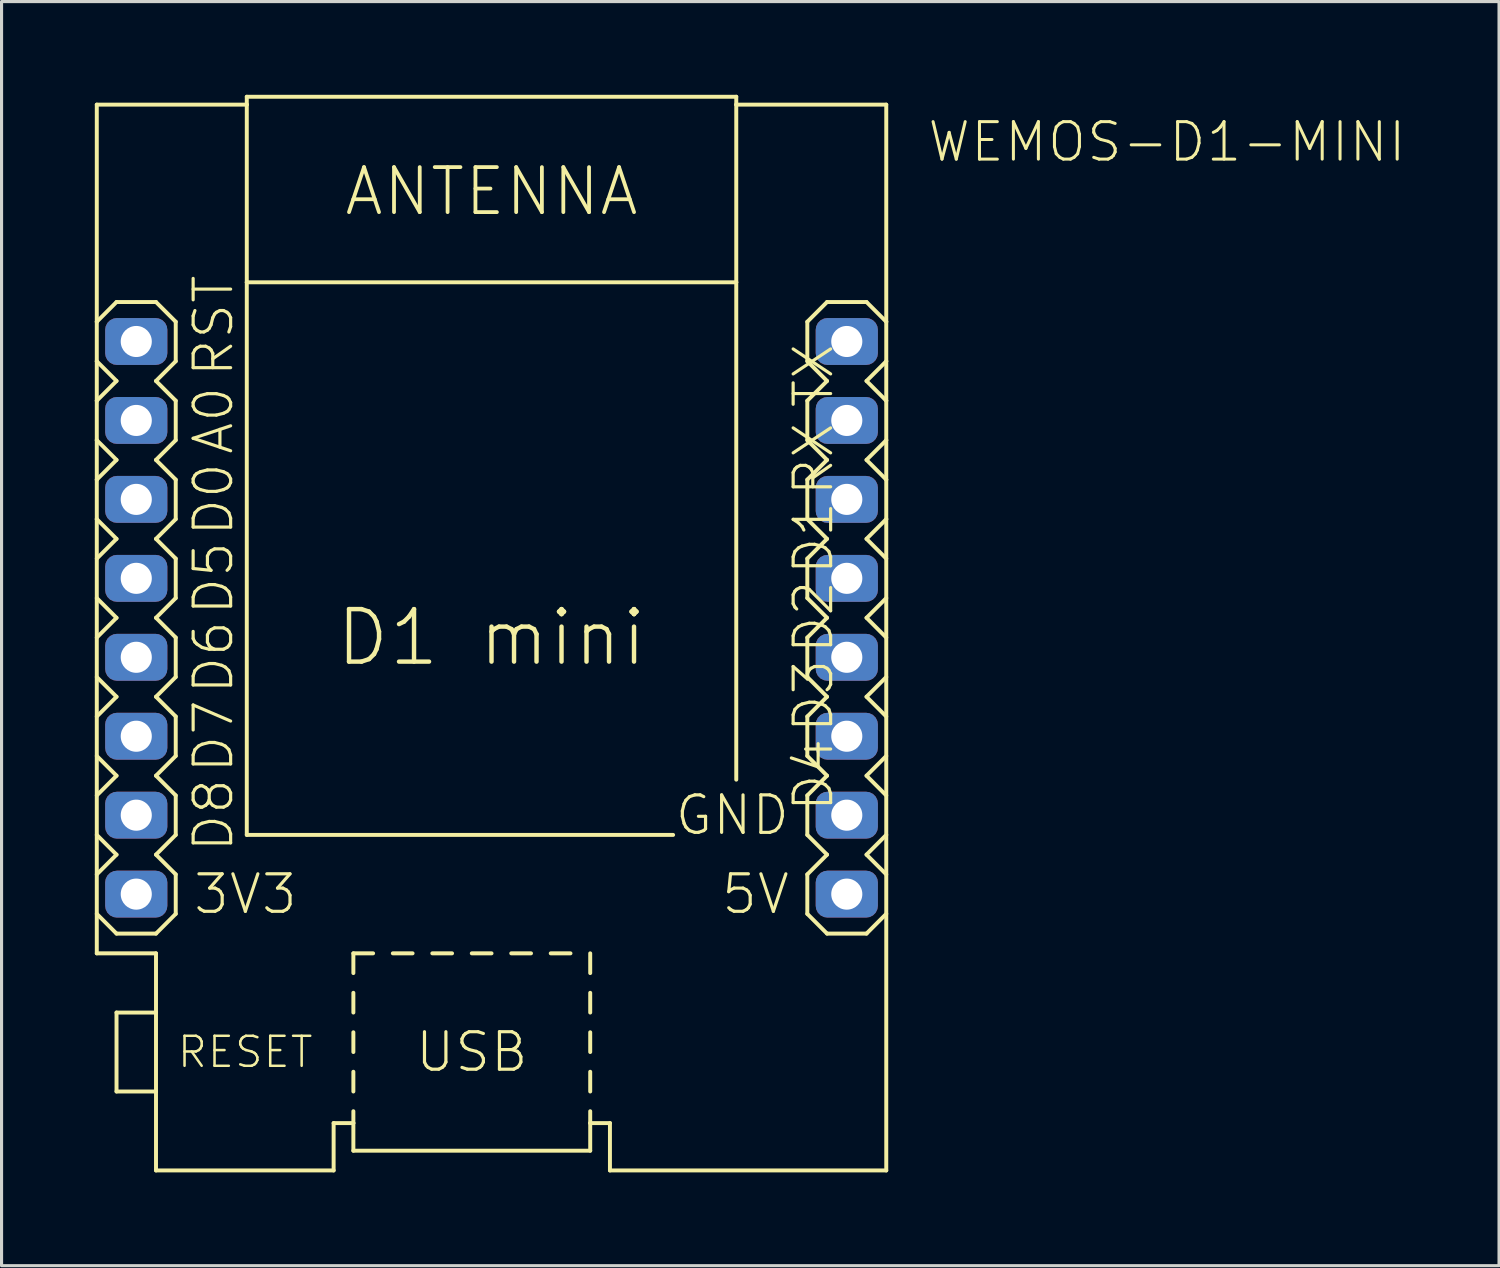
<source format=kicad_pcb>
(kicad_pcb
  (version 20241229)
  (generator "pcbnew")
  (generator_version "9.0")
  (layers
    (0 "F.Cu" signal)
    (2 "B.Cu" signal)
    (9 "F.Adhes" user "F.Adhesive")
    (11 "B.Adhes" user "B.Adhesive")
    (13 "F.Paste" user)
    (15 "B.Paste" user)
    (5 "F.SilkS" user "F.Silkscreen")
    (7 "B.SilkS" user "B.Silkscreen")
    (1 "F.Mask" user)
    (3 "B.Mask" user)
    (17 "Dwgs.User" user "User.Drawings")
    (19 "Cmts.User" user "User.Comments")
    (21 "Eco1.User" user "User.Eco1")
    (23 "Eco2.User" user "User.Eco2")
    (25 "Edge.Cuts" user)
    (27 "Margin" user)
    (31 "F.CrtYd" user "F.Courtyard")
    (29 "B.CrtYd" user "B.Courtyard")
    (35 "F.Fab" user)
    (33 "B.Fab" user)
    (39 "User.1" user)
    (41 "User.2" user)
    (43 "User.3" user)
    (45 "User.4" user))
  (footprint "WEMOS-D1-MINI"
    (layer "F.Cu")
    (at 12.764 17.462)
    (property "Reference" "WEMOS-D1-MINI" (at 13.97 -15.24 180) (layer "F.SilkS") (effects (font (size 1.206 1.206) (thickness 0.097)) (justify left bottom)))
    (attr through_hole)
    (fp_line (start -12.7 -17.145) (end -7.874 -17.145) (stroke (width 0.127) (type solid)) (layer "F.SilkS"))
    (fp_line (start -12.7 -10.16) (end -12.7 -17.145) (stroke (width 0.127) (type solid)) (layer "F.SilkS"))
    (fp_line (start -12.7 -10.16) (end -12.065 -10.795) (stroke (width 0.127) (type solid)) (layer "F.SilkS"))
    (fp_line (start -12.7 -8.89) (end -12.7 -10.16) (stroke (width 0.127) (type solid)) (layer "F.SilkS"))
    (fp_line (start -12.7 -7.62) (end -12.7 -8.89) (stroke (width 0.127) (type solid)) (layer "F.SilkS"))
    (fp_line (start -12.7 -7.62) (end -12.065 -8.255) (stroke (width 0.127) (type solid)) (layer "F.SilkS"))
    (fp_line (start -12.7 -6.35) (end -12.7 -7.62) (stroke (width 0.127) (type solid)) (layer "F.SilkS"))
    (fp_line (start -12.7 -5.08) (end -12.7 -6.35) (stroke (width 0.127) (type solid)) (layer "F.SilkS"))
    (fp_line (start -12.7 -5.08) (end -12.065 -5.715) (stroke (width 0.127) (type solid)) (layer "F.SilkS"))
    (fp_line (start -12.7 -3.81) (end -12.7 -5.08) (stroke (width 0.127) (type solid)) (layer "F.SilkS"))
    (fp_line (start -12.7 -3.81) (end -12.7 10.16) (stroke (width 0.127) (type solid)) (layer "F.SilkS"))
    (fp_line (start -12.7 -2.54) (end -12.065 -3.175) (stroke (width 0.127) (type solid)) (layer "F.SilkS"))
    (fp_line (start -12.7 -1.27) (end -12.065 -0.635) (stroke (width 0.127) (type solid)) (layer "F.SilkS"))
    (fp_line (start -12.7 1.27) (end -12.065 1.905) (stroke (width 0.127) (type solid)) (layer "F.SilkS"))
    (fp_line (start -12.7 3.81) (end -12.065 4.445) (stroke (width 0.127) (type solid)) (layer "F.SilkS"))
    (fp_line (start -12.7 6.35) (end -12.065 6.985) (stroke (width 0.127) (type solid)) (layer "F.SilkS"))
    (fp_line (start -12.7 8.89) (end -12.065 9.525) (stroke (width 0.127) (type solid)) (layer "F.SilkS"))
    (fp_line (start -12.7 10.16) (end -10.795 10.16) (stroke (width 0.127) (type solid)) (layer "F.SilkS"))
    (fp_line (start -12.065 -10.795) (end -10.795 -10.795) (stroke (width 0.127) (type solid)) (layer "F.SilkS"))
    (fp_line (start -12.065 -8.255) (end -12.7 -8.89) (stroke (width 0.127) (type solid)) (layer "F.SilkS"))
    (fp_line (start -12.065 -5.715) (end -12.7 -6.35) (stroke (width 0.127) (type solid)) (layer "F.SilkS"))
    (fp_line (start -12.065 -3.175) (end -12.7 -3.81) (stroke (width 0.127) (type solid)) (layer "F.SilkS"))
    (fp_line (start -12.065 -0.635) (end -12.7 0) (stroke (width 0.127) (type solid)) (layer "F.SilkS"))
    (fp_line (start -12.065 1.905) (end -12.7 2.54) (stroke (width 0.127) (type solid)) (layer "F.SilkS"))
    (fp_line (start -12.065 4.445) (end -12.7 5.08) (stroke (width 0.127) (type solid)) (layer "F.SilkS"))
    (fp_line (start -12.065 6.985) (end -12.7 7.62) (stroke (width 0.127) (type solid)) (layer "F.SilkS"))
    (fp_line (start -12.065 9.525) (end -10.795 9.525) (stroke (width 0.127) (type solid)) (layer "F.SilkS"))
    (fp_line (start -12.065 12.065) (end -12.065 14.605) (stroke (width 0.127) (type solid)) (layer "F.SilkS"))
    (fp_line (start -12.065 14.605) (end -10.795 14.605) (stroke (width 0.127) (type solid)) (layer "F.SilkS"))
    (fp_line (start -10.795 -10.795) (end -10.16 -10.16) (stroke (width 0.127) (type solid)) (layer "F.SilkS"))
    (fp_line (start -10.795 -8.255) (end -10.16 -7.62) (stroke (width 0.127) (type solid)) (layer "F.SilkS"))
    (fp_line (start -10.795 -5.715) (end -10.16 -5.08) (stroke (width 0.127) (type solid)) (layer "F.SilkS"))
    (fp_line (start -10.795 -3.175) (end -10.16 -2.54) (stroke (width 0.127) (type solid)) (layer "F.SilkS"))
    (fp_line (start -10.795 -0.635) (end -10.16 0) (stroke (width 0.127) (type solid)) (layer "F.SilkS"))
    (fp_line (start -10.795 1.905) (end -10.16 2.54) (stroke (width 0.127) (type solid)) (layer "F.SilkS"))
    (fp_line (start -10.795 4.445) (end -10.16 5.08) (stroke (width 0.127) (type solid)) (layer "F.SilkS"))
    (fp_line (start -10.795 9.525) (end -10.16 8.89) (stroke (width 0.127) (type solid)) (layer "F.SilkS"))
    (fp_line (start -10.795 10.16) (end -10.795 12.065) (stroke (width 0.127) (type solid)) (layer "F.SilkS"))
    (fp_line (start -10.795 12.065) (end -12.065 12.065) (stroke (width 0.127) (type solid)) (layer "F.SilkS"))
    (fp_line (start -10.795 12.065) (end -10.795 14.605) (stroke (width 0.127) (type solid)) (layer "F.SilkS"))
    (fp_line (start -10.795 14.605) (end -10.795 17.145) (stroke (width 0.127) (type solid)) (layer "F.SilkS"))
    (fp_line (start -10.795 17.145) (end -5.08 17.145) (stroke (width 0.127) (type solid)) (layer "F.SilkS"))
    (fp_line (start -10.16 -10.16) (end -10.16 -8.89) (stroke (width 0.127) (type solid)) (layer "F.SilkS"))
    (fp_line (start -10.16 -8.89) (end -10.795 -8.255) (stroke (width 0.127) (type solid)) (layer "F.SilkS"))
    (fp_line (start -10.16 -7.62) (end -10.16 -6.35) (stroke (width 0.127) (type solid)) (layer "F.SilkS"))
    (fp_line (start -10.16 -6.35) (end -10.795 -5.715) (stroke (width 0.127) (type solid)) (layer "F.SilkS"))
    (fp_line (start -10.16 -5.08) (end -10.16 -3.81) (stroke (width 0.127) (type solid)) (layer "F.SilkS"))
    (fp_line (start -10.16 -3.81) (end -10.795 -3.175) (stroke (width 0.127) (type solid)) (layer "F.SilkS"))
    (fp_line (start -10.16 -2.54) (end -10.16 -1.27) (stroke (width 0.127) (type solid)) (layer "F.SilkS"))
    (fp_line (start -10.16 -1.27) (end -10.795 -0.635) (stroke (width 0.127) (type solid)) (layer "F.SilkS"))
    (fp_line (start -10.16 0) (end -10.16 1.27) (stroke (width 0.127) (type solid)) (layer "F.SilkS"))
    (fp_line (start -10.16 1.27) (end -10.795 1.905) (stroke (width 0.127) (type solid)) (layer "F.SilkS"))
    (fp_line (start -10.16 2.54) (end -10.16 3.81) (stroke (width 0.127) (type solid)) (layer "F.SilkS"))
    (fp_line (start -10.16 3.81) (end -10.795 4.445) (stroke (width 0.127) (type solid)) (layer "F.SilkS"))
    (fp_line (start -10.16 5.08) (end -10.16 6.35) (stroke (width 0.127) (type solid)) (layer "F.SilkS"))
    (fp_line (start -10.16 6.35) (end -10.795 6.985) (stroke (width 0.127) (type solid)) (layer "F.SilkS"))
    (fp_line (start -10.16 7.62) (end -10.795 6.985) (stroke (width 0.127) (type solid)) (layer "F.SilkS"))
    (fp_line (start -10.16 8.89) (end -10.16 7.62) (stroke (width 0.127) (type solid)) (layer "F.SilkS"))
    (fp_line (start -7.874 -17.399) (end -7.874 -17.145) (stroke (width 0.127) (type solid)) (layer "F.SilkS"))
    (fp_line (start -7.874 -17.399) (end 7.874 -17.399) (stroke (width 0.127) (type solid)) (layer "F.SilkS"))
    (fp_line (start -7.874 -17.145) (end -7.874 -11.43) (stroke (width 0.127) (type solid)) (layer "F.SilkS"))
    (fp_line (start -7.874 -11.43) (end -7.874 6.35) (stroke (width 0.127) (type solid)) (layer "F.SilkS"))
    (fp_line (start -7.874 -11.43) (end 7.874 -11.43) (stroke (width 0.127) (type solid)) (layer "F.SilkS"))
    (fp_line (start -7.874 6.35) (end 5.842 6.35) (stroke (width 0.127) (type solid)) (layer "F.SilkS"))
    (fp_line (start -5.08 15.621) (end -4.445 15.621) (stroke (width 0.127) (type solid)) (layer "F.SilkS"))
    (fp_line (start -5.08 17.145) (end -5.08 15.621) (stroke (width 0.127) (type solid)) (layer "F.SilkS"))
    (fp_line (start -4.445 10.16) (end -4.445 10.795) (stroke (width 0.127) (type solid)) (layer "F.SilkS"))
    (fp_line (start -4.445 10.16) (end -3.81 10.16) (stroke (width 0.127) (type solid)) (layer "F.SilkS"))
    (fp_line (start -4.445 11.43) (end -4.445 12.065) (stroke (width 0.127) (type solid)) (layer "F.SilkS"))
    (fp_line (start -4.445 12.7) (end -4.445 13.335) (stroke (width 0.127) (type solid)) (layer "F.SilkS"))
    (fp_line (start -4.445 13.97) (end -4.445 14.605) (stroke (width 0.127) (type solid)) (layer "F.SilkS"))
    (fp_line (start -4.445 15.24) (end -4.445 15.621) (stroke (width 0.127) (type solid)) (layer "F.SilkS"))
    (fp_line (start -4.445 15.621) (end -4.445 16.51) (stroke (width 0.127) (type solid)) (layer "F.SilkS"))
    (fp_line (start -4.445 16.51) (end 3.175 16.51) (stroke (width 0.127) (type solid)) (layer "F.SilkS"))
    (fp_line (start -3.175 10.16) (end -2.54 10.16) (stroke (width 0.127) (type solid)) (layer "F.SilkS"))
    (fp_line (start -1.905 10.16) (end -1.27 10.16) (stroke (width 0.127) (type solid)) (layer "F.SilkS"))
    (fp_line (start -0.635 10.16) (end 0 10.16) (stroke (width 0.127) (type solid)) (layer "F.SilkS"))
    (fp_line (start 0.635 10.16) (end 1.27 10.16) (stroke (width 0.127) (type solid)) (layer "F.SilkS"))
    (fp_line (start 1.905 10.16) (end 2.54 10.16) (stroke (width 0.127) (type solid)) (layer "F.SilkS"))
    (fp_line (start 3.175 10.16) (end 3.175 10.795) (stroke (width 0.127) (type solid)) (layer "F.SilkS"))
    (fp_line (start 3.175 11.43) (end 3.175 12.065) (stroke (width 0.127) (type solid)) (layer "F.SilkS"))
    (fp_line (start 3.175 12.7) (end 3.175 13.335) (stroke (width 0.127) (type solid)) (layer "F.SilkS"))
    (fp_line (start 3.175 13.97) (end 3.175 14.605) (stroke (width 0.127) (type solid)) (layer "F.SilkS"))
    (fp_line (start 3.175 15.24) (end 3.175 15.621) (stroke (width 0.127) (type solid)) (layer "F.SilkS"))
    (fp_line (start 3.175 16.51) (end 3.175 15.621) (stroke (width 0.127) (type solid)) (layer "F.SilkS"))
    (fp_line (start 3.81 15.621) (end 3.175 15.621) (stroke (width 0.127) (type solid)) (layer "F.SilkS"))
    (fp_line (start 3.81 15.621) (end 3.81 17.145) (stroke (width 0.127) (type solid)) (layer "F.SilkS"))
    (fp_line (start 3.81 17.145) (end 12.7 17.145) (stroke (width 0.127) (type solid)) (layer "F.SilkS"))
    (fp_line (start 7.874 -17.399) (end 7.874 -17.145) (stroke (width 0.127) (type solid)) (layer "F.SilkS"))
    (fp_line (start 7.874 -17.145) (end 12.7 -17.145) (stroke (width 0.127) (type solid)) (layer "F.SilkS"))
    (fp_line (start 7.874 -11.43) (end 7.874 -17.145) (stroke (width 0.127) (type solid)) (layer "F.SilkS"))
    (fp_line (start 7.874 -11.43) (end 7.874 4.572) (stroke (width 0.127) (type solid)) (layer "F.SilkS"))
    (fp_line (start 10.16 -10.16) (end 10.795 -10.795) (stroke (width 0.127) (type solid)) (layer "F.SilkS"))
    (fp_line (start 10.16 -8.89) (end 10.16 -10.16) (stroke (width 0.127) (type solid)) (layer "F.SilkS"))
    (fp_line (start 10.16 -7.62) (end 10.795 -8.255) (stroke (width 0.127) (type solid)) (layer "F.SilkS"))
    (fp_line (start 10.16 -6.35) (end 10.16 -7.62) (stroke (width 0.127) (type solid)) (layer "F.SilkS"))
    (fp_line (start 10.16 -5.08) (end 10.795 -5.715) (stroke (width 0.127) (type solid)) (layer "F.SilkS"))
    (fp_line (start 10.16 -3.81) (end 10.16 -5.08) (stroke (width 0.127) (type solid)) (layer "F.SilkS"))
    (fp_line (start 10.16 -2.54) (end 10.16 -1.27) (stroke (width 0.127) (type solid)) (layer "F.SilkS"))
    (fp_line (start 10.16 -2.54) (end 10.795 -3.175) (stroke (width 0.127) (type solid)) (layer "F.SilkS"))
    (fp_line (start 10.16 -1.27) (end 10.795 -0.635) (stroke (width 0.127) (type solid)) (layer "F.SilkS"))
    (fp_line (start 10.16 0) (end 10.16 1.27) (stroke (width 0.127) (type solid)) (layer "F.SilkS"))
    (fp_line (start 10.16 1.27) (end 10.795 1.905) (stroke (width 0.127) (type solid)) (layer "F.SilkS"))
    (fp_line (start 10.16 3.81) (end 10.16 2.54) (stroke (width 0.127) (type solid)) (layer "F.SilkS"))
    (fp_line (start 10.16 3.81) (end 10.795 4.445) (stroke (width 0.127) (type solid)) (layer "F.SilkS"))
    (fp_line (start 10.16 6.35) (end 10.16 5.08) (stroke (width 0.127) (type solid)) (layer "F.SilkS"))
    (fp_line (start 10.16 6.35) (end 10.795 6.985) (stroke (width 0.127) (type solid)) (layer "F.SilkS"))
    (fp_line (start 10.16 7.62) (end 10.16 8.89) (stroke (width 0.127) (type solid)) (layer "F.SilkS"))
    (fp_line (start 10.16 8.89) (end 10.795 9.525) (stroke (width 0.127) (type solid)) (layer "F.SilkS"))
    (fp_line (start 10.795 -10.795) (end 12.065 -10.795) (stroke (width 0.127) (type solid)) (layer "F.SilkS"))
    (fp_line (start 10.795 -8.255) (end 10.16 -8.89) (stroke (width 0.127) (type solid)) (layer "F.SilkS"))
    (fp_line (start 10.795 -5.715) (end 10.16 -6.35) (stroke (width 0.127) (type solid)) (layer "F.SilkS"))
    (fp_line (start 10.795 -3.175) (end 10.16 -3.81) (stroke (width 0.127) (type solid)) (layer "F.SilkS"))
    (fp_line (start 10.795 -0.635) (end 10.16 0) (stroke (width 0.127) (type solid)) (layer "F.SilkS"))
    (fp_line (start 10.795 1.905) (end 10.16 2.54) (stroke (width 0.127) (type solid)) (layer "F.SilkS"))
    (fp_line (start 10.795 4.445) (end 10.16 5.08) (stroke (width 0.127) (type solid)) (layer "F.SilkS"))
    (fp_line (start 10.795 6.985) (end 10.16 7.62) (stroke (width 0.127) (type solid)) (layer "F.SilkS"))
    (fp_line (start 10.795 9.525) (end 12.065 9.525) (stroke (width 0.127) (type solid)) (layer "F.SilkS"))
    (fp_line (start 12.065 -10.795) (end 12.7 -10.16) (stroke (width 0.127) (type solid)) (layer "F.SilkS"))
    (fp_line (start 12.065 -8.255) (end 12.7 -7.62) (stroke (width 0.127) (type solid)) (layer "F.SilkS"))
    (fp_line (start 12.065 -5.715) (end 12.7 -5.08) (stroke (width 0.127) (type solid)) (layer "F.SilkS"))
    (fp_line (start 12.065 -3.175) (end 12.7 -2.54) (stroke (width 0.127) (type solid)) (layer "F.SilkS"))
    (fp_line (start 12.065 -0.635) (end 12.7 0) (stroke (width 0.127) (type solid)) (layer "F.SilkS"))
    (fp_line (start 12.065 1.905) (end 12.7 2.54) (stroke (width 0.127) (type solid)) (layer "F.SilkS"))
    (fp_line (start 12.065 4.445) (end 12.7 5.08) (stroke (width 0.127) (type solid)) (layer "F.SilkS"))
    (fp_line (start 12.065 9.525) (end 12.7 8.89) (stroke (width 0.127) (type solid)) (layer "F.SilkS"))
    (fp_line (start 12.7 -17.145) (end 12.7 -10.16) (stroke (width 0.127) (type solid)) (layer "F.SilkS"))
    (fp_line (start 12.7 -10.16) (end 12.7 -8.89) (stroke (width 0.127) (type solid)) (layer "F.SilkS"))
    (fp_line (start 12.7 -8.89) (end 12.065 -8.255) (stroke (width 0.127) (type solid)) (layer "F.SilkS"))
    (fp_line (start 12.7 -8.89) (end 12.7 -7.62) (stroke (width 0.127) (type solid)) (layer "F.SilkS"))
    (fp_line (start 12.7 -7.62) (end 12.7 -6.35) (stroke (width 0.127) (type solid)) (layer "F.SilkS"))
    (fp_line (start 12.7 -6.35) (end 12.065 -5.715) (stroke (width 0.127) (type solid)) (layer "F.SilkS"))
    (fp_line (start 12.7 -6.35) (end 12.7 -5.08) (stroke (width 0.127) (type solid)) (layer "F.SilkS"))
    (fp_line (start 12.7 -5.08) (end 12.7 -3.81) (stroke (width 0.127) (type solid)) (layer "F.SilkS"))
    (fp_line (start 12.7 -3.81) (end 12.065 -3.175) (stroke (width 0.127) (type solid)) (layer "F.SilkS"))
    (fp_line (start 12.7 -3.81) (end 12.7 17.145) (stroke (width 0.127) (type solid)) (layer "F.SilkS"))
    (fp_line (start 12.7 -1.27) (end 12.065 -0.635) (stroke (width 0.127) (type solid)) (layer "F.SilkS"))
    (fp_line (start 12.7 1.27) (end 12.065 1.905) (stroke (width 0.127) (type solid)) (layer "F.SilkS"))
    (fp_line (start 12.7 3.81) (end 12.065 4.445) (stroke (width 0.127) (type solid)) (layer "F.SilkS"))
    (fp_line (start 12.7 6.35) (end 12.065 6.985) (stroke (width 0.127) (type solid)) (layer "F.SilkS"))
    (fp_line (start 12.7 7.62) (end 12.065 6.985) (stroke (width 0.127) (type solid)) (layer "F.SilkS"))
    (fp_text user "RESET" (at -10.16 13.335 0) (layer "F.SilkS") (effects (font (size 0.965 0.965) (thickness 0.081)) (justify left)))
    (fp_text user "RST" (at -9.652 -10.033 90) (layer "F.SilkS") (effects (font (size 1.206 1.206) (thickness 0.102)) (justify top)))
    (fp_text user "D4" (at 9.652 3.175 90) (layer "F.SilkS") (effects (font (size 1.206 1.206) (thickness 0.102)) (justify right top)))
    (fp_text user "D5" (at -9.652 -1.905 90) (layer "F.SilkS") (effects (font (size 1.206 1.206) (thickness 0.102)) (justify top)))
    (fp_text user "RX" (at 9.652 -6.985 90) (layer "F.SilkS") (effects (font (size 1.206 1.206) (thickness 0.102)) (justify right top)))
    (fp_text user "3V3" (at -9.652 8.255 0) (layer "F.SilkS") (effects (font (size 1.206 1.206) (thickness 0.102)) (justify left)))
    (fp_text user "5V" (at 9.652 8.255 0) (layer "F.SilkS") (effects (font (size 1.206 1.206) (thickness 0.102)) (justify right)))
    (fp_text user "ANTENNA" (at 0 -14.351 0) (layer "F.SilkS") (effects (font (size 1.448 1.448) (thickness 0.122))))
    (fp_text user "TX" (at 9.652 -9.525 90) (layer "F.SilkS") (effects (font (size 1.206 1.206) (thickness 0.102)) (justify right top)))
    (fp_text user "A0" (at -9.652 -6.985 90) (layer "F.SilkS") (effects (font (size 1.206 1.206) (thickness 0.102)) (justify top)))
    (fp_text user "D1 mini" (at 0 0 0) (layer "F.SilkS") (effects (font (size 1.689 1.689) (thickness 0.142))))
    (fp_text user "D1" (at 9.652 -4.445 90) (layer "F.SilkS") (effects (font (size 1.206 1.206) (thickness 0.102)) (justify right top)))
    (fp_text user "D3" (at 9.652 0.635 90) (layer "F.SilkS") (effects (font (size 1.206 1.206) (thickness 0.102)) (justify right top)))
    (fp_text user "D7" (at -9.652 3.175 90) (layer "F.SilkS") (effects (font (size 1.206 1.206) (thickness 0.102)) (justify top)))
    (fp_text user "USB" (at -0.635 13.335 0) (layer "F.SilkS") (effects (font (size 1.206 1.206) (thickness 0.102))))
    (fp_text user "D2" (at 9.652 -1.905 90) (layer "F.SilkS") (effects (font (size 1.206 1.206) (thickness 0.102)) (justify right top)))
    (fp_text user "GND" (at 9.652 5.715 0) (layer "F.SilkS") (effects (font (size 1.206 1.206) (thickness 0.102)) (justify right)))
    (fp_text user "D0" (at -9.652 -4.445 90) (layer "F.SilkS") (effects (font (size 1.206 1.206) (thickness 0.102)) (justify top)))
    (fp_text user "D6" (at -9.652 0.635 90) (layer "F.SilkS") (effects (font (size 1.206 1.206) (thickness 0.102)) (justify top)))
    (fp_text user "D8" (at -9.652 5.715 90) (layer "F.SilkS") (effects (font (size 1.206 1.206) (thickness 0.102)) (justify top)))
    (pad "JP1.1" thru_hole roundrect (at -11.43 -9.525) (size 2 1.508) (drill 1) (layers "*.Cu" "*.Mask") (roundrect_rratio 0.25))
    (pad "JP1.2" thru_hole roundrect (at -11.43 -6.985) (size 2 1.508) (drill 1) (layers "*.Cu" "*.Mask") (roundrect_rratio 0.25))
    (pad "JP1.3" thru_hole roundrect (at -11.43 -4.445) (size 2 1.508) (drill 1) (layers "*.Cu" "*.Mask") (roundrect_rratio 0.25))
    (pad "JP1.4" thru_hole roundrect (at -11.43 -1.905) (size 2 1.508) (drill 1) (layers "*.Cu" "*.Mask") (roundrect_rratio 0.25))
    (pad "JP1.5" thru_hole roundrect (at -11.43 0.635) (size 2 1.508) (drill 1) (layers "*.Cu" "*.Mask") (roundrect_rratio 0.25))
    (pad "JP1.6" thru_hole roundrect (at -11.43 3.175) (size 2 1.508) (drill 1) (layers "*.Cu" "*.Mask") (roundrect_rratio 0.25))
    (pad "JP1.7" thru_hole roundrect (at -11.43 5.715) (size 2 1.508) (drill 1) (layers "*.Cu" "*.Mask") (roundrect_rratio 0.25))
    (pad "JP1.8" thru_hole roundrect (at -11.43 8.255) (size 2 1.508) (drill 1) (layers "*.Cu" "*.Mask") (roundrect_rratio 0.25))
    (pad "JP2.1" thru_hole roundrect (at 11.43 -9.525) (size 2 1.508) (drill 1) (layers "*.Cu" "*.Mask") (roundrect_rratio 0.25))
    (pad "JP2.2" thru_hole roundrect (at 11.43 -6.985) (size 2 1.508) (drill 1) (layers "*.Cu" "*.Mask") (roundrect_rratio 0.25))
    (pad "JP2.3" thru_hole roundrect (at 11.43 -4.445) (size 2 1.508) (drill 1) (layers "*.Cu" "*.Mask") (roundrect_rratio 0.25))
    (pad "JP2.4" thru_hole roundrect (at 11.43 -1.905) (size 2 1.508) (drill 1) (layers "*.Cu" "*.Mask") (roundrect_rratio 0.25))
    (pad "JP2.5" thru_hole roundrect (at 11.43 0.635) (size 2 1.508) (drill 1) (layers "*.Cu" "*.Mask") (roundrect_rratio 0.25))
    (pad "JP2.6" thru_hole roundrect (at 11.43 3.175) (size 2 1.508) (drill 1) (layers "*.Cu" "*.Mask") (roundrect_rratio 0.25))
    (pad "JP2.7" thru_hole roundrect (at 11.43 5.715) (size 2 1.508) (drill 1) (layers "*.Cu" "*.Mask") (roundrect_rratio 0.25))
    (pad "JP2.8" thru_hole roundrect (at 11.43 8.255) (size 2 1.508) (drill 1) (layers "*.Cu" "*.Mask") (roundrect_rratio 0.25)))
  (gr_rect
    (start -3 -3)
    (end 45.179 37.671)
    (stroke (width 0.1) (type default))
    (fill no)
    (layer "Edge.Cuts")))
</source>
